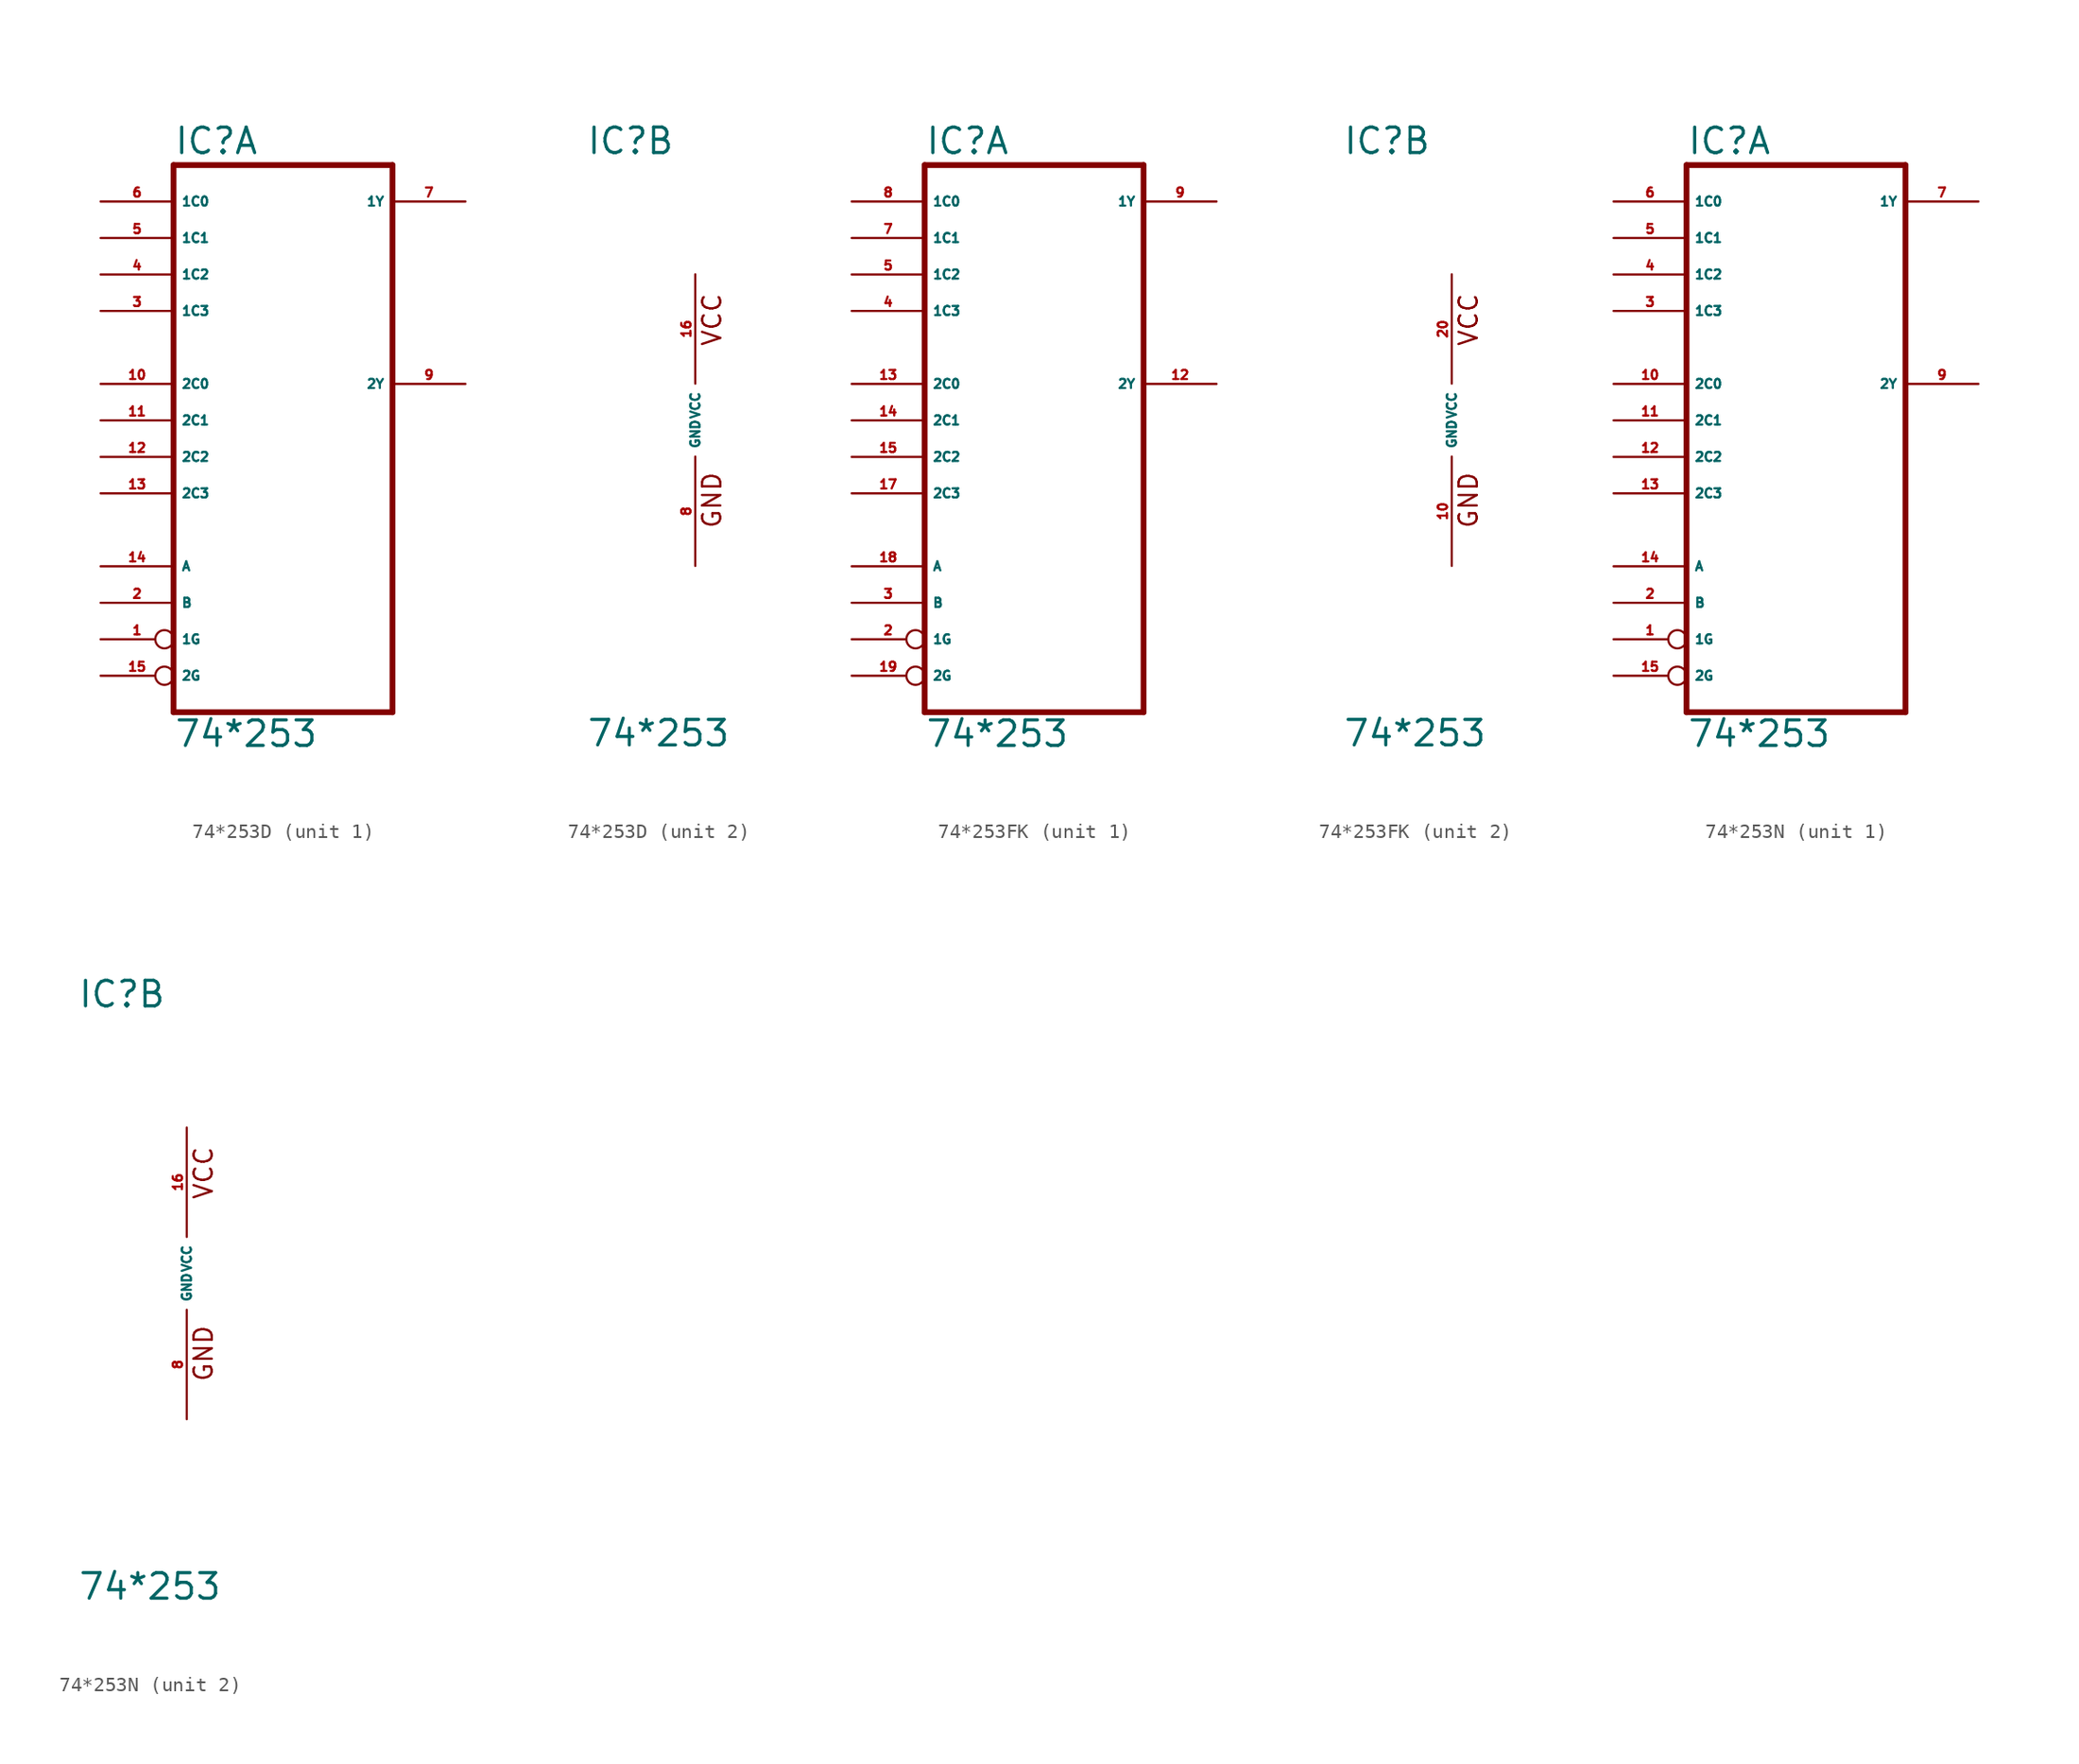
<source format=kicad_sym>
(kicad_symbol_lib
  (version 20220914)
  (generator Eagle2Kicad)
  (symbol "74*253D"
    (property "Reference" "IC"
      (at -7.62 18.415 0)
      (effects (font (size 1.778 1.778) (thickness 0.22)) (justify left bottom)))
    (property "Value" "74*253"
      (at -7.62 -22.86 0)
      (effects (font (size 1.778 1.778) (thickness 0.22)) (justify left bottom)))
    (symbol "74*253D_1_0"
      (polyline (pts (xy -7.62 -20.32) (xy 7.62 -20.32)) (stroke (width 0.406) (type default)) (fill (type none)))
      (polyline (pts (xy 7.62 -20.32) (xy 7.62 17.78)) (stroke (width 0.406) (type default)) (fill (type none)))
      (polyline (pts (xy 7.62 17.78) (xy -7.62 17.78)) (stroke (width 0.406) (type default)) (fill (type none)))
      (polyline (pts (xy -7.62 17.78) (xy -7.62 -20.32)) (stroke (width 0.406) (type default)) (fill (type none)))
      (pin input inverted (at -12.7 -15.24 0) (length 5.08) (name "1G" (effects (font (size 0.635 0.635) (thickness 0.08)) (justify left bottom))) (number "1" (effects (font (size 0.635 0.635) (thickness 0.08)) (justify left bottom))))
      (pin input line (at -12.7 -12.7 0) (length 5.08) (name "B" (effects (font (size 0.635 0.635) (thickness 0.08)) (justify left bottom))) (number "2" (effects (font (size 0.635 0.635) (thickness 0.08)) (justify left bottom))))
      (pin input line (at -12.7 7.62 0) (length 5.08) (name "1C3" (effects (font (size 0.635 0.635) (thickness 0.08)) (justify left bottom))) (number "3" (effects (font (size 0.635 0.635) (thickness 0.08)) (justify left bottom))))
      (pin input line (at -12.7 10.16 0) (length 5.08) (name "1C2" (effects (font (size 0.635 0.635) (thickness 0.08)) (justify left bottom))) (number "4" (effects (font (size 0.635 0.635) (thickness 0.08)) (justify left bottom))))
      (pin input line (at -12.7 12.7 0) (length 5.08) (name "1C1" (effects (font (size 0.635 0.635) (thickness 0.08)) (justify left bottom))) (number "5" (effects (font (size 0.635 0.635) (thickness 0.08)) (justify left bottom))))
      (pin input line (at -12.7 15.24 0) (length 5.08) (name "1C0" (effects (font (size 0.635 0.635) (thickness 0.08)) (justify left bottom))) (number "6" (effects (font (size 0.635 0.635) (thickness 0.08)) (justify left bottom))))
      (pin tri_state line (at 12.7 15.24 180) (length 5.08) (name "1Y" (effects (font (size 0.635 0.635) (thickness 0.08)) (justify left bottom))) (number "7" (effects (font (size 0.635 0.635) (thickness 0.08)) (justify left bottom))))
      (pin tri_state line (at 12.7 2.54 180) (length 5.08) (name "2Y" (effects (font (size 0.635 0.635) (thickness 0.08)) (justify left bottom))) (number "9" (effects (font (size 0.635 0.635) (thickness 0.08)) (justify left bottom))))
      (pin input line (at -12.7 2.54 0) (length 5.08) (name "2C0" (effects (font (size 0.635 0.635) (thickness 0.08)) (justify left bottom))) (number "10" (effects (font (size 0.635 0.635) (thickness 0.08)) (justify left bottom))))
      (pin input line (at -12.7 0 0) (length 5.08) (name "2C1" (effects (font (size 0.635 0.635) (thickness 0.08)) (justify left bottom))) (number "11" (effects (font (size 0.635 0.635) (thickness 0.08)) (justify left bottom))))
      (pin input line (at -12.7 -2.54 0) (length 5.08) (name "2C2" (effects (font (size 0.635 0.635) (thickness 0.08)) (justify left bottom))) (number "12" (effects (font (size 0.635 0.635) (thickness 0.08)) (justify left bottom))))
      (pin input line (at -12.7 -5.08 0) (length 5.08) (name "2C3" (effects (font (size 0.635 0.635) (thickness 0.08)) (justify left bottom))) (number "13" (effects (font (size 0.635 0.635) (thickness 0.08)) (justify left bottom))))
      (pin input line (at -12.7 -10.16 0) (length 5.08) (name "A" (effects (font (size 0.635 0.635) (thickness 0.08)) (justify left bottom))) (number "14" (effects (font (size 0.635 0.635) (thickness 0.08)) (justify left bottom))))
      (pin input inverted (at -12.7 -17.78 0) (length 5.08) (name "2G" (effects (font (size 0.635 0.635) (thickness 0.08)) (justify left bottom))) (number "15" (effects (font (size 0.635 0.635) (thickness 0.08)) (justify left bottom)))))
    (symbol "74*253D_2_0"
      (text "GND" (at 1.905 -7.62 900) (effects (font (size 1.27 1.27) (thickness 0.16)) (justify left bottom)))
      (text "VCC" (at 1.905 5.08 900) (effects (font (size 1.27 1.27) (thickness 0.16)) (justify left bottom)))
      (pin unspecified line (at 0 -10.16 90) (length 7.62) (name "GND" (effects (font (size 0.635 0.635) (thickness 0.08)) (justify left bottom))) (number "8" (effects (font (size 0.635 0.635) (thickness 0.08)) (justify left bottom))))
      (pin unspecified line (at 0 10.16 270) (length 7.62) (name "VCC" (effects (font (size 0.635 0.635) (thickness 0.08)) (justify left bottom))) (number "16" (effects (font (size 0.635 0.635) (thickness 0.08)) (justify left bottom))))))
  (symbol "74*253FK"
    (property "Reference" "IC"
      (at -7.62 18.415 0)
      (effects (font (size 1.778 1.778) (thickness 0.22)) (justify left bottom)))
    (property "Value" "74*253"
      (at -7.62 -22.86 0)
      (effects (font (size 1.778 1.778) (thickness 0.22)) (justify left bottom)))
    (symbol "74*253FK_1_0"
      (polyline (pts (xy -7.62 -20.32) (xy 7.62 -20.32)) (stroke (width 0.406) (type default)) (fill (type none)))
      (polyline (pts (xy 7.62 -20.32) (xy 7.62 17.78)) (stroke (width 0.406) (type default)) (fill (type none)))
      (polyline (pts (xy 7.62 17.78) (xy -7.62 17.78)) (stroke (width 0.406) (type default)) (fill (type none)))
      (polyline (pts (xy -7.62 17.78) (xy -7.62 -20.32)) (stroke (width 0.406) (type default)) (fill (type none)))
      (pin input inverted (at -12.7 -15.24 0) (length 5.08) (name "1G" (effects (font (size 0.635 0.635) (thickness 0.08)) (justify left bottom))) (number "2" (effects (font (size 0.635 0.635) (thickness 0.08)) (justify left bottom))))
      (pin input line (at -12.7 -12.7 0) (length 5.08) (name "B" (effects (font (size 0.635 0.635) (thickness 0.08)) (justify left bottom))) (number "3" (effects (font (size 0.635 0.635) (thickness 0.08)) (justify left bottom))))
      (pin input line (at -12.7 7.62 0) (length 5.08) (name "1C3" (effects (font (size 0.635 0.635) (thickness 0.08)) (justify left bottom))) (number "4" (effects (font (size 0.635 0.635) (thickness 0.08)) (justify left bottom))))
      (pin input line (at -12.7 10.16 0) (length 5.08) (name "1C2" (effects (font (size 0.635 0.635) (thickness 0.08)) (justify left bottom))) (number "5" (effects (font (size 0.635 0.635) (thickness 0.08)) (justify left bottom))))
      (pin input line (at -12.7 12.7 0) (length 5.08) (name "1C1" (effects (font (size 0.635 0.635) (thickness 0.08)) (justify left bottom))) (number "7" (effects (font (size 0.635 0.635) (thickness 0.08)) (justify left bottom))))
      (pin input line (at -12.7 15.24 0) (length 5.08) (name "1C0" (effects (font (size 0.635 0.635) (thickness 0.08)) (justify left bottom))) (number "8" (effects (font (size 0.635 0.635) (thickness 0.08)) (justify left bottom))))
      (pin tri_state line (at 12.7 15.24 180) (length 5.08) (name "1Y" (effects (font (size 0.635 0.635) (thickness 0.08)) (justify left bottom))) (number "9" (effects (font (size 0.635 0.635) (thickness 0.08)) (justify left bottom))))
      (pin tri_state line (at 12.7 2.54 180) (length 5.08) (name "2Y" (effects (font (size 0.635 0.635) (thickness 0.08)) (justify left bottom))) (number "12" (effects (font (size 0.635 0.635) (thickness 0.08)) (justify left bottom))))
      (pin input line (at -12.7 2.54 0) (length 5.08) (name "2C0" (effects (font (size 0.635 0.635) (thickness 0.08)) (justify left bottom))) (number "13" (effects (font (size 0.635 0.635) (thickness 0.08)) (justify left bottom))))
      (pin input line (at -12.7 0 0) (length 5.08) (name "2C1" (effects (font (size 0.635 0.635) (thickness 0.08)) (justify left bottom))) (number "14" (effects (font (size 0.635 0.635) (thickness 0.08)) (justify left bottom))))
      (pin input line (at -12.7 -2.54 0) (length 5.08) (name "2C2" (effects (font (size 0.635 0.635) (thickness 0.08)) (justify left bottom))) (number "15" (effects (font (size 0.635 0.635) (thickness 0.08)) (justify left bottom))))
      (pin input line (at -12.7 -5.08 0) (length 5.08) (name "2C3" (effects (font (size 0.635 0.635) (thickness 0.08)) (justify left bottom))) (number "17" (effects (font (size 0.635 0.635) (thickness 0.08)) (justify left bottom))))
      (pin input line (at -12.7 -10.16 0) (length 5.08) (name "A" (effects (font (size 0.635 0.635) (thickness 0.08)) (justify left bottom))) (number "18" (effects (font (size 0.635 0.635) (thickness 0.08)) (justify left bottom))))
      (pin input inverted (at -12.7 -17.78 0) (length 5.08) (name "2G" (effects (font (size 0.635 0.635) (thickness 0.08)) (justify left bottom))) (number "19" (effects (font (size 0.635 0.635) (thickness 0.08)) (justify left bottom)))))
    (symbol "74*253FK_2_0"
      (text "GND" (at 1.905 -7.62 900) (effects (font (size 1.27 1.27) (thickness 0.16)) (justify left bottom)))
      (text "VCC" (at 1.905 5.08 900) (effects (font (size 1.27 1.27) (thickness 0.16)) (justify left bottom)))
      (pin unspecified line (at 0 -10.16 90) (length 7.62) (name "GND" (effects (font (size 0.635 0.635) (thickness 0.08)) (justify left bottom))) (number "10" (effects (font (size 0.635 0.635) (thickness 0.08)) (justify left bottom))))
      (pin unspecified line (at 0 10.16 270) (length 7.62) (name "VCC" (effects (font (size 0.635 0.635) (thickness 0.08)) (justify left bottom))) (number "20" (effects (font (size 0.635 0.635) (thickness 0.08)) (justify left bottom))))))
  (symbol "74*253N"
    (property "Reference" "IC"
      (at -7.62 18.415 0)
      (effects (font (size 1.778 1.778) (thickness 0.22)) (justify left bottom)))
    (property "Value" "74*253"
      (at -7.62 -22.86 0)
      (effects (font (size 1.778 1.778) (thickness 0.22)) (justify left bottom)))
    (symbol "74*253N_1_0"
      (polyline (pts (xy -7.62 -20.32) (xy 7.62 -20.32)) (stroke (width 0.406) (type default)) (fill (type none)))
      (polyline (pts (xy 7.62 -20.32) (xy 7.62 17.78)) (stroke (width 0.406) (type default)) (fill (type none)))
      (polyline (pts (xy 7.62 17.78) (xy -7.62 17.78)) (stroke (width 0.406) (type default)) (fill (type none)))
      (polyline (pts (xy -7.62 17.78) (xy -7.62 -20.32)) (stroke (width 0.406) (type default)) (fill (type none)))
      (pin input inverted (at -12.7 -15.24 0) (length 5.08) (name "1G" (effects (font (size 0.635 0.635) (thickness 0.08)) (justify left bottom))) (number "1" (effects (font (size 0.635 0.635) (thickness 0.08)) (justify left bottom))))
      (pin input line (at -12.7 -12.7 0) (length 5.08) (name "B" (effects (font (size 0.635 0.635) (thickness 0.08)) (justify left bottom))) (number "2" (effects (font (size 0.635 0.635) (thickness 0.08)) (justify left bottom))))
      (pin input line (at -12.7 7.62 0) (length 5.08) (name "1C3" (effects (font (size 0.635 0.635) (thickness 0.08)) (justify left bottom))) (number "3" (effects (font (size 0.635 0.635) (thickness 0.08)) (justify left bottom))))
      (pin input line (at -12.7 10.16 0) (length 5.08) (name "1C2" (effects (font (size 0.635 0.635) (thickness 0.08)) (justify left bottom))) (number "4" (effects (font (size 0.635 0.635) (thickness 0.08)) (justify left bottom))))
      (pin input line (at -12.7 12.7 0) (length 5.08) (name "1C1" (effects (font (size 0.635 0.635) (thickness 0.08)) (justify left bottom))) (number "5" (effects (font (size 0.635 0.635) (thickness 0.08)) (justify left bottom))))
      (pin input line (at -12.7 15.24 0) (length 5.08) (name "1C0" (effects (font (size 0.635 0.635) (thickness 0.08)) (justify left bottom))) (number "6" (effects (font (size 0.635 0.635) (thickness 0.08)) (justify left bottom))))
      (pin tri_state line (at 12.7 15.24 180) (length 5.08) (name "1Y" (effects (font (size 0.635 0.635) (thickness 0.08)) (justify left bottom))) (number "7" (effects (font (size 0.635 0.635) (thickness 0.08)) (justify left bottom))))
      (pin tri_state line (at 12.7 2.54 180) (length 5.08) (name "2Y" (effects (font (size 0.635 0.635) (thickness 0.08)) (justify left bottom))) (number "9" (effects (font (size 0.635 0.635) (thickness 0.08)) (justify left bottom))))
      (pin input line (at -12.7 2.54 0) (length 5.08) (name "2C0" (effects (font (size 0.635 0.635) (thickness 0.08)) (justify left bottom))) (number "10" (effects (font (size 0.635 0.635) (thickness 0.08)) (justify left bottom))))
      (pin input line (at -12.7 0 0) (length 5.08) (name "2C1" (effects (font (size 0.635 0.635) (thickness 0.08)) (justify left bottom))) (number "11" (effects (font (size 0.635 0.635) (thickness 0.08)) (justify left bottom))))
      (pin input line (at -12.7 -2.54 0) (length 5.08) (name "2C2" (effects (font (size 0.635 0.635) (thickness 0.08)) (justify left bottom))) (number "12" (effects (font (size 0.635 0.635) (thickness 0.08)) (justify left bottom))))
      (pin input line (at -12.7 -5.08 0) (length 5.08) (name "2C3" (effects (font (size 0.635 0.635) (thickness 0.08)) (justify left bottom))) (number "13" (effects (font (size 0.635 0.635) (thickness 0.08)) (justify left bottom))))
      (pin input line (at -12.7 -10.16 0) (length 5.08) (name "A" (effects (font (size 0.635 0.635) (thickness 0.08)) (justify left bottom))) (number "14" (effects (font (size 0.635 0.635) (thickness 0.08)) (justify left bottom))))
      (pin input inverted (at -12.7 -17.78 0) (length 5.08) (name "2G" (effects (font (size 0.635 0.635) (thickness 0.08)) (justify left bottom))) (number "15" (effects (font (size 0.635 0.635) (thickness 0.08)) (justify left bottom)))))
    (symbol "74*253N_2_0"
      (text "GND" (at 1.905 -7.62 900) (effects (font (size 1.27 1.27) (thickness 0.16)) (justify left bottom)))
      (text "VCC" (at 1.905 5.08 900) (effects (font (size 1.27 1.27) (thickness 0.16)) (justify left bottom)))
      (pin unspecified line (at 0 -10.16 90) (length 7.62) (name "GND" (effects (font (size 0.635 0.635) (thickness 0.08)) (justify left bottom))) (number "8" (effects (font (size 0.635 0.635) (thickness 0.08)) (justify left bottom))))
      (pin unspecified line (at 0 10.16 270) (length 7.62) (name "VCC" (effects (font (size 0.635 0.635) (thickness 0.08)) (justify left bottom))) (number "16" (effects (font (size 0.635 0.635) (thickness 0.08)) (justify left bottom)))))))
</source>
